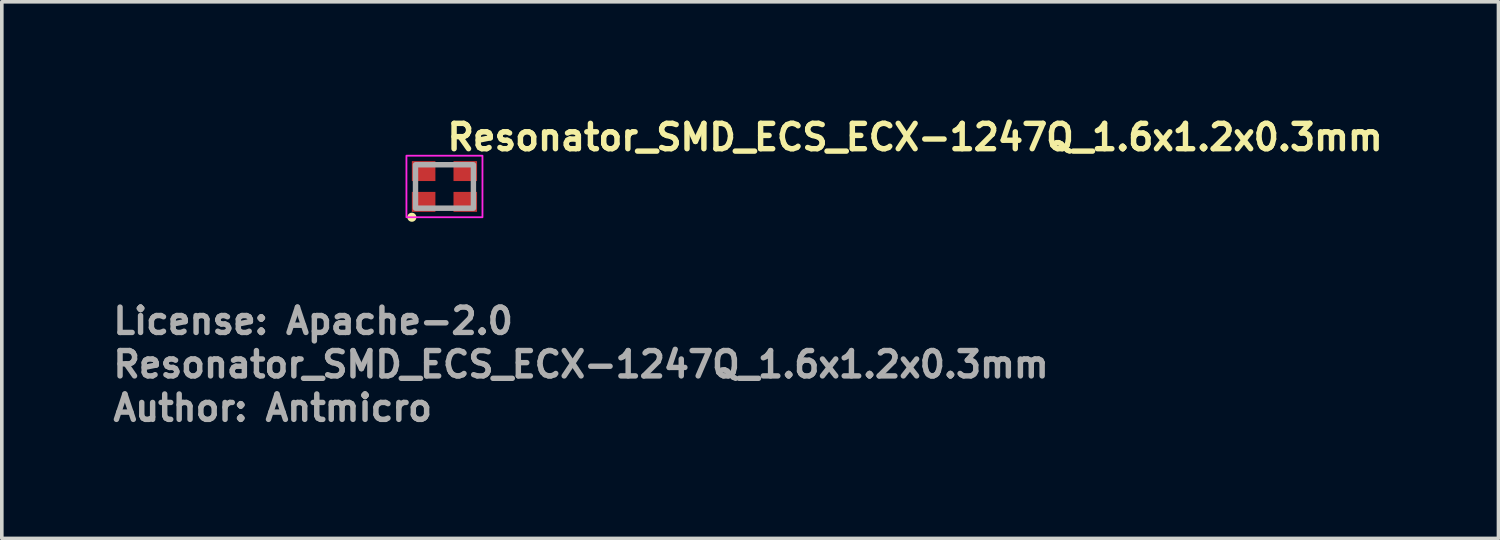
<source format=kicad_pcb>
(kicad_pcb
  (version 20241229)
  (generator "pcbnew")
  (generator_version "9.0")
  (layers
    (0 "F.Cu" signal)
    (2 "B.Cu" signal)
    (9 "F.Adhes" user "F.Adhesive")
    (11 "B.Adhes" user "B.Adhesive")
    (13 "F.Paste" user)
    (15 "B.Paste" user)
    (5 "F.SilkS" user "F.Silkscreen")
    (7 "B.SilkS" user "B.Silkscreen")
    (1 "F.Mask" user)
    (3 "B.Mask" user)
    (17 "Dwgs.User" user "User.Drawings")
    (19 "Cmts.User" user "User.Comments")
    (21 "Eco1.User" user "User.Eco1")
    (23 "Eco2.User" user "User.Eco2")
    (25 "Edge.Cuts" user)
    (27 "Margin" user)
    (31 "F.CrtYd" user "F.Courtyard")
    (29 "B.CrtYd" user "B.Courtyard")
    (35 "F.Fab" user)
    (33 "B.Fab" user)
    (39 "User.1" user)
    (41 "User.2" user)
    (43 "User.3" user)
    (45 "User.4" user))
  (footprint "Resonator_SMD_ECS_ECX-1247Q_1.6x1.2x0.3mm"
    (layer "F.Cu")
    (at 9.225 2.1)
    (property "Reference" "Resonator_SMD_ECS_ECX-1247Q_1.6x1.2x0.3mm" (at 0 -0.95 0) (layer "F.SilkS") (effects (font (size 0.7 0.7) (thickness 0.15)) (justify left bottom)))
    (attr smd)
    (fp_circle (center -0.9 0.85) (end -0.85 0.85) (stroke (width 0.15) (type default)) (fill yes) (layer "F.SilkS"))
    (fp_rect (start -1.05 -0.85) (end 1.05 0.85) (stroke (width 0.05) (type solid)) (fill no) (layer "F.CrtYd"))
    (fp_rect (start -0.8 -0.6) (end 0.8 0.6) (stroke (width 0.15) (type solid)) (fill no) (layer "F.Fab"))
    (fp_rect (start -0.8 -0.6) (end 0.8 0.6) (stroke (width 0.1) (type solid)) (fill no) (layer "User.5"))
    (fp_line (start -0.8 -0.575) (end -0.8 0.575) (stroke (width 0.02) (type solid)) (layer "User.9"))
    (fp_line (start -0.8 0.575) (end -0.788 0.578) (stroke (width 0.02) (type solid)) (layer "User.9"))
    (fp_line (start -0.788 -0.578) (end -0.8 -0.575) (stroke (width 0.02) (type solid)) (layer "User.9"))
    (fp_line (start -0.788 0.578) (end -0.778 0.588) (stroke (width 0.02) (type solid)) (layer "User.9"))
    (fp_line (start -0.778 -0.588) (end -0.788 -0.578) (stroke (width 0.02) (type solid)) (layer "User.9"))
    (fp_line (start -0.778 0.588) (end -0.775 0.6) (stroke (width 0.02) (type solid)) (layer "User.9"))
    (fp_line (start -0.775 -0.6) (end -0.778 -0.588) (stroke (width 0.02) (type solid)) (layer "User.9"))
    (fp_line (start -0.775 0.6) (end 0.775 0.6) (stroke (width 0.02) (type solid)) (layer "User.9"))
    (fp_line (start -0.75 -0.5) (end -0.75 0.5) (stroke (width 0.02) (type solid)) (layer "User.9"))
    (fp_line (start -0.75 0.5) (end -0.746 0.519) (stroke (width 0.02) (type solid)) (layer "User.9"))
    (fp_line (start -0.746 -0.519) (end -0.75 -0.5) (stroke (width 0.02) (type solid)) (layer "User.9"))
    (fp_line (start -0.746 0.519) (end -0.735 0.535) (stroke (width 0.02) (type solid)) (layer "User.9"))
    (fp_line (start -0.735 -0.535) (end -0.746 -0.519) (stroke (width 0.02) (type solid)) (layer "User.9"))
    (fp_line (start -0.735 0.535) (end -0.719 0.546) (stroke (width 0.02) (type solid)) (layer "User.9"))
    (fp_line (start -0.719 -0.546) (end -0.735 -0.535) (stroke (width 0.02) (type solid)) (layer "User.9"))
    (fp_line (start -0.719 0.546) (end -0.7 0.55) (stroke (width 0.02) (type solid)) (layer "User.9"))
    (fp_line (start -0.7 -0.55) (end -0.719 -0.546) (stroke (width 0.02) (type solid)) (layer "User.9"))
    (fp_line (start -0.7 0.55) (end 0.7 0.55) (stroke (width 0.02) (type solid)) (layer "User.9"))
    (fp_line (start 0.7 -0.55) (end -0.7 -0.55) (stroke (width 0.02) (type solid)) (layer "User.9"))
    (fp_line (start 0.7 0.55) (end 0.719 0.546) (stroke (width 0.02) (type solid)) (layer "User.9"))
    (fp_line (start 0.719 -0.546) (end 0.7 -0.55) (stroke (width 0.02) (type solid)) (layer "User.9"))
    (fp_line (start 0.719 0.546) (end 0.735 0.535) (stroke (width 0.02) (type solid)) (layer "User.9"))
    (fp_line (start 0.735 -0.535) (end 0.719 -0.546) (stroke (width 0.02) (type solid)) (layer "User.9"))
    (fp_line (start 0.735 0.535) (end 0.746 0.519) (stroke (width 0.02) (type solid)) (layer "User.9"))
    (fp_line (start 0.746 -0.519) (end 0.735 -0.535) (stroke (width 0.02) (type solid)) (layer "User.9"))
    (fp_line (start 0.746 0.519) (end 0.75 0.5) (stroke (width 0.02) (type solid)) (layer "User.9"))
    (fp_line (start 0.75 -0.5) (end 0.746 -0.519) (stroke (width 0.02) (type solid)) (layer "User.9"))
    (fp_line (start 0.75 0.5) (end 0.75 -0.5) (stroke (width 0.02) (type solid)) (layer "User.9"))
    (fp_line (start 0.775 -0.6) (end -0.775 -0.6) (stroke (width 0.02) (type solid)) (layer "User.9"))
    (fp_line (start 0.775 0.6) (end 0.778 0.588) (stroke (width 0.02) (type solid)) (layer "User.9"))
    (fp_line (start 0.778 -0.588) (end 0.775 -0.6) (stroke (width 0.02) (type solid)) (layer "User.9"))
    (fp_line (start 0.778 0.588) (end 0.788 0.578) (stroke (width 0.02) (type solid)) (layer "User.9"))
    (fp_line (start 0.788 -0.578) (end 0.778 -0.588) (stroke (width 0.02) (type solid)) (layer "User.9"))
    (fp_line (start 0.788 0.578) (end 0.8 0.575) (stroke (width 0.02) (type solid)) (layer "User.9"))
    (fp_line (start 0.8 -0.575) (end 0.788 -0.578) (stroke (width 0.02) (type solid)) (layer "User.9"))
    (fp_line (start 0.8 0.575) (end 0.8 -0.575) (stroke (width 0.02) (type solid)) (layer "User.9"))
    (fp_text user "Author: Antmicro" (at -9.225 6.525 0) (layer "F.Fab") (effects (font (size 0.7 0.7) (thickness 0.15)) (justify left bottom)))
    (fp_text user "License: Apache-2.0" (at -9.225 4.125 0) (layer "F.Fab") (effects (font (size 0.7 0.7) (thickness 0.15)) (justify left bottom)))
    (fp_text user "${REFERENCE}" (at -9.225 5.325 0) (layer "F.Fab") (effects (font (size 0.7 0.7) (thickness 0.15)) (justify left bottom)))
    (pad "1" smd rect (at -0.575 0.425) (size 0.65 0.55) (layers "F.Cu" "F.Mask" "F.Paste"))
    (pad "2" smd rect (at 0.575 0.425) (size 0.65 0.55) (layers "F.Cu" "F.Mask" "F.Paste"))
    (pad "3" smd rect (at 0.575 -0.425) (size 0.65 0.55) (layers "F.Cu" "F.Mask" "F.Paste"))
    (pad "4" smd rect (at -0.575 -0.425) (size 0.65 0.55) (layers "F.Cu" "F.Mask" "F.Paste")))
  (gr_rect
    (start -3 -3)
    (end 38.335 11.82)
    (stroke (width 0.1) (type default))
    (fill no)
    (layer "Edge.Cuts")))
</source>
